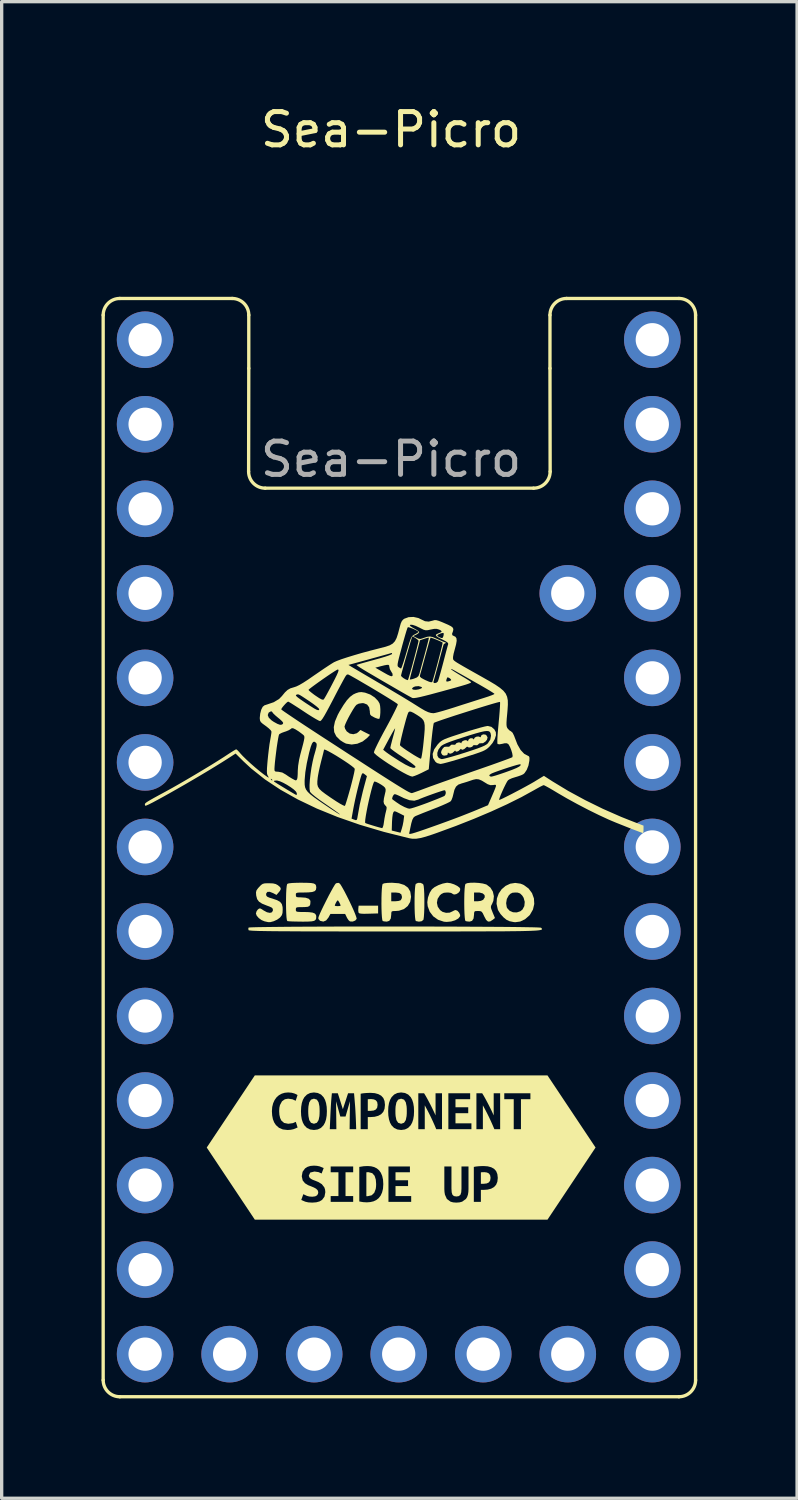
<source format=kicad_pcb>
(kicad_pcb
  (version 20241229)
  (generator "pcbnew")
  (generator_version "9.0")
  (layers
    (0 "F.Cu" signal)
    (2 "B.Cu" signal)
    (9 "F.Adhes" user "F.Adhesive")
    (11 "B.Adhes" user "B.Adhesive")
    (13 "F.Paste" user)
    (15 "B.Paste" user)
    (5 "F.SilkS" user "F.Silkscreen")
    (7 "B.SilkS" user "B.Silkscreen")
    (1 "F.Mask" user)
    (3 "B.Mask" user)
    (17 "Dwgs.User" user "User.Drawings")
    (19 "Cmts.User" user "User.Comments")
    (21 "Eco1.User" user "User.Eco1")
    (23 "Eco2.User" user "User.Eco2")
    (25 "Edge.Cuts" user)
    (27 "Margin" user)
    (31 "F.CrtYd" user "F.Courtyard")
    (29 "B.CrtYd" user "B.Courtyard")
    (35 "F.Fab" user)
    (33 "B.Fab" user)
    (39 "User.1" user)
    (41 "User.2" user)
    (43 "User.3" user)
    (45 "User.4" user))
  (footprint "Sea-Picro"
    (layer "F.Cu")
    (at 8.9 22.398)
    (property "Reference" "Sea-Picro" (at -0.2 -21.55 0) (unlocked yes) (layer "F.SilkS") (effects (font (size 1 1) (thickness 0.15))))
    (attr through_hole)
    (fp_line (start -8.85 -15.98) (end -8.85 16.02) (stroke (width 0.1) (type solid)) (layer "F.SilkS"))
    (fp_line (start -8.35 16.52) (end 8.45 16.52) (stroke (width 0.1) (type solid)) (layer "F.SilkS"))
    (fp_line (start -4.975 -16.48) (end -8.35 -16.48) (stroke (width 0.1) (type solid)) (layer "F.SilkS"))
    (fp_line (start -4.475 -14.38) (end -4.48 -11.28) (stroke (width 0.1) (type solid)) (layer "F.SilkS"))
    (fp_line (start -4.475 -14.38) (end -4.475 -15.98) (stroke (width 0.1) (type solid)) (layer "F.SilkS"))
    (fp_line (start -3.98 -10.78) (end 4.08 -10.78) (stroke (width 0.1) (type solid)) (layer "F.SilkS"))
    (fp_line (start 4.575 -14.38) (end 4.575 -15.98) (stroke (width 0.1) (type solid)) (layer "F.SilkS"))
    (fp_line (start 4.575 -14.38) (end 4.58 -11.28) (stroke (width 0.1) (type solid)) (layer "F.SilkS"))
    (fp_line (start 5.075 -16.48) (end 8.45 -16.48) (stroke (width 0.1) (type solid)) (layer "F.SilkS"))
    (fp_line (start 8.95 16.02) (end 8.95 -15.98) (stroke (width 0.1) (type solid)) (layer "F.SilkS"))
    (fp_arc (start -8.84951 -15.98) (mid -8.703063 -16.333553) (end -8.34951 -16.48) (stroke (width 0.1) (type solid)) (layer "F.SilkS"))
    (fp_arc (start -8.34951 16.52) (mid -8.703063 16.373553) (end -8.84951 16.02) (stroke (width 0.1) (type solid)) (layer "F.SilkS"))
    (fp_arc (start -4.97451 -16.48) (mid -4.620957 -16.333553) (end -4.47451 -15.98) (stroke (width 0.1) (type solid)) (layer "F.SilkS"))
    (fp_arc (start -3.98 -10.77951) (mid -4.333553 -10.925957) (end -4.48 -11.27951) (stroke (width 0.1) (type solid)) (layer "F.SilkS"))
    (fp_arc (start 4.57549 -15.98) (mid 4.721931 -16.333559) (end 5.07549 -16.48) (stroke (width 0.1) (type solid)) (layer "F.SilkS"))
    (fp_arc (start 4.58 -11.27951) (mid 4.433553 -10.925957) (end 4.08 -10.77951) (stroke (width 0.1) (type solid)) (layer "F.SilkS"))
    (fp_arc (start 8.45049 -16.48) (mid 8.804046 -16.333556) (end 8.95049 -15.98) (stroke (width 0.1) (type solid)) (layer "F.SilkS"))
    (fp_arc (start 8.95049 16.02) (mid 8.804039 16.373543) (end 8.45049 16.52) (stroke (width 0.1) (type solid)) (layer "F.SilkS"))
    (fp_poly (pts (xy -0.589 1.998) (xy -0.874 2.006) (xy -1.012 2.009) (xy -1.101 2.005) (xy -1.152 1.995) (xy -1.175 1.976) (xy -1.177 1.972) (xy -1.186 1.913) (xy -1.183 1.847) (xy -1.174 1.764) (xy -0.589 1.764)) (stroke (width 0) (type solid)) (fill yes) (layer "F.SilkS"))
    (fp_poly (pts (xy -0.792 7.576) (xy -0.845 7.577) (xy -0.899 7.581) (xy -0.899 7.93) (xy -0.811 7.93) (xy -0.721 7.92) (xy -0.656 7.889) (xy -0.617 7.834) (xy -0.604 7.749) (xy -0.616 7.668) (xy -0.655 7.615) (xy -0.715 7.586) (xy -0.792 7.576)) (stroke (width 0) (type solid)) (fill yes) (layer "F.SilkS"))
    (fp_poly (pts (xy 2.604 9.772) (xy 2.551 9.773) (xy 2.499 9.777) (xy 2.499 10.121) (xy 2.585 10.121) (xy 2.674 10.111) (xy 2.738 10.081) (xy 2.777 10.026) (xy 2.79 9.942) (xy 2.777 9.863) (xy 2.739 9.811) (xy 2.68 9.782) (xy 2.604 9.772)) (stroke (width 0) (type solid)) (fill yes) (layer "F.SilkS"))
    (fp_poly (pts (xy -0.942 10.493) (xy -0.923 10.495) (xy -0.904 10.495) (xy -0.783 10.467) (xy -0.704 10.391) (xy -0.661 10.277) (xy -0.651 10.208) (xy -0.648 10.132) (xy -0.658 9.997) (xy -0.694 9.882) (xy -0.765 9.802) (xy -0.88 9.772) (xy -0.911 9.773) (xy -0.942 9.777) (xy -0.942 10.493)) (stroke (width 0) (type solid)) (fill yes) (layer "F.SilkS"))
    (fp_poly (pts (xy -2.689 7.941) (xy -2.687 8.017) (xy -2.682 8.088) (xy -2.658 8.208) (xy -2.606 8.288) (xy -2.517 8.318) (xy -2.429 8.288) (xy -2.377 8.207) (xy -2.352 8.088) (xy -2.348 8.017) (xy -2.346 7.941) (xy -2.348 7.865) (xy -2.352 7.793) (xy -2.377 7.674) (xy -2.428 7.593) (xy -2.517 7.564) (xy -2.606 7.593) (xy -2.658 7.675) (xy -2.682 7.794) (xy -2.687 7.865) (xy -2.689 7.941)) (stroke (width 0) (type solid)) (fill yes) (layer "F.SilkS"))
    (fp_poly (pts (xy -0.069 7.941) (xy -0.068 8.017) (xy -0.063 8.088) (xy -0.039 8.208) (xy 0.013 8.288) (xy 0.102 8.318) (xy 0.19 8.288) (xy 0.243 8.207) (xy 0.267 8.088) (xy 0.272 8.017) (xy 0.273 7.941) (xy 0.272 7.865) (xy 0.267 7.793) (xy 0.243 7.674) (xy 0.191 7.593) (xy 0.102 7.564) (xy 0.013 7.593) (xy -0.039 7.675) (xy -0.063 7.794) (xy -0.068 7.865) (xy -0.069 7.941)) (stroke (width 0) (type solid)) (fill yes) (layer "F.SilkS"))
    (fp_poly (pts (xy 0.688 1.08) (xy 0.754 1.111) (xy 0.771 1.133) (xy 0.782 1.182) (xy 0.791 1.28) (xy 0.798 1.415) (xy 0.801 1.578) (xy 0.801 1.661) (xy 0.8 1.834) (xy 0.794 1.984) (xy 0.786 2.101) (xy 0.776 2.174) (xy 0.771 2.19) (xy 0.719 2.232) (xy 0.637 2.245) (xy 0.546 2.227) (xy 0.545 2.227) (xy 0.532 2.194) (xy 0.521 2.113) (xy 0.513 1.997) (xy 0.508 1.855) (xy 0.506 1.701) (xy 0.507 1.543) (xy 0.511 1.395) (xy 0.518 1.267) (xy 0.528 1.171) (xy 0.54 1.117) (xy 0.544 1.111) (xy 0.609 1.08)) (stroke (width 0) (type solid)) (fill yes) (layer "F.SilkS"))
    (fp_poly (pts (xy 1.589 1.09) (xy 1.694 1.124) (xy 1.789 1.171) (xy 1.857 1.223) (xy 1.879 1.261) (xy 1.868 1.325) (xy 1.822 1.381) (xy 1.757 1.419) (xy 1.691 1.43) (xy 1.64 1.405) (xy 1.635 1.398) (xy 1.598 1.38) (xy 1.523 1.37) (xy 1.485 1.369) (xy 1.386 1.378) (xy 1.314 1.413) (xy 1.267 1.454) (xy 1.199 1.56) (xy 1.178 1.679) (xy 1.204 1.797) (xy 1.274 1.898) (xy 1.348 1.951) (xy 1.453 1.98) (xy 1.562 1.974) (xy 1.637 1.94) (xy 1.702 1.906) (xy 1.744 1.896) (xy 1.798 1.92) (xy 1.847 1.977) (xy 1.876 2.044) (xy 1.874 2.084) (xy 1.82 2.151) (xy 1.724 2.205) (xy 1.603 2.241) (xy 1.471 2.253) (xy 1.387 2.246) (xy 1.212 2.188) (xy 1.068 2.086) (xy 0.962 1.947) (xy 0.901 1.782) (xy 0.889 1.661) (xy 0.909 1.52) (xy 0.96 1.379) (xy 1.029 1.271) (xy 1.109 1.207) (xy 1.225 1.147) (xy 1.351 1.101) (xy 1.467 1.078) (xy 1.49 1.076)) (stroke (width 0) (type solid)) (fill yes) (layer "F.SilkS"))
    (fp_poly (pts (xy 3.689 1.103) (xy 3.789 1.144) (xy 3.934 1.251) (xy 4.036 1.389) (xy 4.093 1.547) (xy 4.103 1.714) (xy 4.064 1.881) (xy 3.975 2.036) (xy 3.954 2.061) (xy 3.825 2.173) (xy 3.68 2.242) (xy 3.531 2.262) (xy 3.479 2.256) (xy 3.401 2.24) (xy 3.354 2.23) (xy 3.27 2.19) (xy 3.176 2.113) (xy 3.088 2.015) (xy 3.022 1.911) (xy 3.008 1.879) (xy 2.97 1.709) (xy 2.971 1.69) (xy 3.258 1.69) (xy 3.276 1.809) (xy 3.289 1.838) (xy 3.363 1.919) (xy 3.465 1.963) (xy 3.578 1.968) (xy 3.685 1.933) (xy 3.75 1.88) (xy 3.805 1.775) (xy 3.817 1.651) (xy 3.784 1.529) (xy 3.74 1.459) (xy 3.677 1.398) (xy 3.609 1.373) (xy 3.537 1.369) (xy 3.446 1.377) (xy 3.382 1.41) (xy 3.335 1.459) (xy 3.278 1.565) (xy 3.258 1.69) (xy 2.971 1.69) (xy 2.981 1.547) (xy 3.035 1.398) (xy 3.123 1.271) (xy 3.24 1.171) (xy 3.378 1.105) (xy 3.53 1.081)) (stroke (width 0) (type solid)) (fill yes) (layer "F.SilkS"))
    (fp_poly (pts (xy 0.036 1.092) (xy 0.196 1.142) (xy 0.31 1.225) (xy 0.378 1.342) (xy 0.401 1.495) (xy 0.401 1.501) (xy 0.375 1.652) (xy 0.301 1.776) (xy 0.187 1.867) (xy 0.038 1.917) (xy -0.061 1.925) (xy -0.142 1.927) (xy -0.181 1.941) (xy -0.193 1.981) (xy -0.194 2.029) (xy -0.208 2.15) (xy -0.253 2.221) (xy -0.328 2.244) (xy -0.334 2.244) (xy -0.407 2.237) (xy -0.45 2.227) (xy -0.463 2.194) (xy -0.474 2.113) (xy -0.482 1.997) (xy -0.487 1.855) (xy -0.489 1.701) (xy -0.488 1.632) (xy -0.194 1.632) (xy -0.068 1.632) (xy 0.019 1.624) (xy 0.082 1.605) (xy 0.093 1.597) (xy 0.123 1.54) (xy 0.128 1.501) (xy 0.109 1.426) (xy 0.047 1.383) (xy -0.062 1.369) (xy -0.068 1.369) (xy -0.194 1.369) (xy -0.194 1.632) (xy -0.488 1.632) (xy -0.488 1.543) (xy -0.484 1.395) (xy -0.477 1.267) (xy -0.467 1.171) (xy -0.455 1.117) (xy -0.451 1.111) (xy -0.401 1.092) (xy -0.303 1.08) (xy -0.172 1.076)) (stroke (width 0) (type solid)) (fill yes) (layer "F.SilkS"))
    (fp_poly (pts (xy -1.752 1.092) (xy -1.719 1.129) (xy -1.67 1.21) (xy -1.607 1.322) (xy -1.537 1.457) (xy -1.464 1.603) (xy -1.394 1.751) (xy -1.33 1.891) (xy -1.279 2.012) (xy -1.245 2.105) (xy -1.233 2.158) (xy -1.234 2.163) (xy -1.276 2.212) (xy -1.349 2.241) (xy -1.426 2.24) (xy -1.437 2.236) (xy -1.478 2.2) (xy -1.522 2.133) (xy -1.53 2.116) (xy -1.58 2.013) (xy -2.022 2.013) (xy -2.081 2.122) (xy -2.151 2.209) (xy -2.235 2.243) (xy -2.328 2.221) (xy -2.337 2.216) (xy -2.379 2.168) (xy -2.386 2.136) (xy -2.372 2.088) (xy -2.336 2) (xy -2.282 1.883) (xy -2.225 1.765) (xy -1.891 1.765) (xy -1.865 1.775) (xy -1.804 1.779) (xy -1.803 1.779) (xy -1.741 1.775) (xy -1.715 1.765) (xy -1.715 1.765) (xy -1.728 1.723) (xy -1.756 1.665) (xy -1.786 1.618) (xy -1.803 1.603) (xy -1.826 1.626) (xy -1.857 1.678) (xy -1.883 1.734) (xy -1.891 1.765) (xy -2.225 1.765) (xy -2.215 1.746) (xy -2.142 1.6) (xy -2.068 1.455) (xy -1.996 1.322) (xy -1.934 1.21) (xy -1.885 1.13) (xy -1.855 1.093) (xy -1.854 1.092) (xy -1.784 1.079)) (stroke (width 0) (type solid)) (fill yes) (layer "F.SilkS"))
    (fp_poly (pts (xy 2.437 1.082) (xy 2.557 1.099) (xy 2.653 1.125) (xy 2.675 1.135) (xy 2.786 1.222) (xy 2.859 1.342) (xy 2.89 1.48) (xy 2.874 1.621) (xy 2.836 1.711) (xy 2.808 1.763) (xy 2.799 1.806) (xy 2.81 1.86) (xy 2.843 1.945) (xy 2.852 1.968) (xy 2.922 2.136) (xy 2.853 2.191) (xy 2.775 2.24) (xy 2.712 2.241) (xy 2.656 2.191) (xy 2.6 2.086) (xy 2.558 1.996) (xy 2.524 1.948) (xy 2.483 1.929) (xy 2.42 1.925) (xy 2.411 1.925) (xy 2.336 1.928) (xy 2.303 1.947) (xy 2.294 1.997) (xy 2.294 2.029) (xy 2.279 2.15) (xy 2.234 2.221) (xy 2.159 2.244) (xy 2.154 2.244) (xy 2.081 2.237) (xy 2.038 2.227) (xy 2.024 2.194) (xy 2.014 2.113) (xy 2.006 1.997) (xy 2.001 1.855) (xy 1.999 1.701) (xy 1.999 1.632) (xy 2.294 1.632) (xy 2.409 1.632) (xy 2.499 1.62) (xy 2.565 1.59) (xy 2.57 1.586) (xy 2.616 1.512) (xy 2.61 1.447) (xy 2.556 1.397) (xy 2.461 1.371) (xy 2.42 1.369) (xy 2.294 1.369) (xy 2.294 1.632) (xy 1.999 1.632) (xy 2 1.543) (xy 2.003 1.395) (xy 2.01 1.267) (xy 2.02 1.171) (xy 2.033 1.117) (xy 2.036 1.111) (xy 2.091 1.088) (xy 2.187 1.076) (xy 2.308 1.074)) (stroke (width 0) (type solid)) (fill yes) (layer "F.SilkS"))
    (fp_poly (pts (xy -0.993 -4.638) (xy -0.972 -4.633) (xy -0.827 -4.58) (xy -0.694 -4.494) (xy -0.591 -4.388) (xy -0.545 -4.309) (xy -0.529 -4.239) (xy -0.521 -4.14) (xy -0.522 -4.032) (xy -0.53 -3.934) (xy -0.545 -3.866) (xy -0.554 -3.85) (xy -0.59 -3.849) (xy -0.659 -3.872) (xy -0.706 -3.893) (xy -0.785 -3.935) (xy -0.824 -3.973) (xy -0.836 -4.028) (xy -0.837 -4.07) (xy -0.858 -4.195) (xy -0.919 -4.278) (xy -1.018 -4.318) (xy -1.066 -4.321) (xy -1.17 -4.306) (xy -1.24 -4.27) (xy -1.284 -4.218) (xy -1.342 -4.129) (xy -1.407 -4.018) (xy -1.473 -3.899) (xy -1.531 -3.784) (xy -1.575 -3.687) (xy -1.597 -3.623) (xy -1.598 -3.613) (xy -1.58 -3.549) (xy -1.535 -3.477) (xy -1.529 -3.47) (xy -1.44 -3.406) (xy -1.334 -3.387) (xy -1.232 -3.415) (xy -1.183 -3.452) (xy -1.121 -3.514) (xy -0.831 -3.367) (xy -0.914 -3.279) (xy -1.053 -3.169) (xy -1.214 -3.101) (xy -1.383 -3.077) (xy -1.545 -3.103) (xy -1.568 -3.112) (xy -1.639 -3.149) (xy -1.722 -3.203) (xy -1.736 -3.214) (xy -1.846 -3.324) (xy -1.908 -3.45) (xy -1.921 -3.598) (xy -1.886 -3.769) (xy -1.802 -3.968) (xy -1.745 -4.074) (xy -1.629 -4.264) (xy -1.528 -4.407) (xy -1.432 -4.51) (xy -1.337 -4.581) (xy -1.259 -4.618) (xy -1.169 -4.647) (xy -1.09 -4.653)) (stroke (width 0) (type solid)) (fill yes) (layer "F.SilkS"))
    (fp_poly (pts (xy -3.747 1.096) (xy -3.663 1.116) (xy -3.599 1.151) (xy -3.531 1.211) (xy -3.512 1.262) (xy -3.54 1.321) (xy -3.57 1.358) (xy -3.642 1.442) (xy -3.743 1.388) (xy -3.845 1.348) (xy -3.915 1.351) (xy -3.951 1.397) (xy -3.954 1.426) (xy -3.947 1.466) (xy -3.919 1.496) (xy -3.857 1.524) (xy -3.764 1.552) (xy -3.624 1.6) (xy -3.533 1.651) (xy -3.482 1.717) (xy -3.459 1.807) (xy -3.456 1.881) (xy -3.461 1.982) (xy -3.481 2.049) (xy -3.525 2.108) (xy -3.544 2.128) (xy -3.623 2.185) (xy -3.725 2.232) (xy -3.825 2.259) (xy -3.895 2.259) (xy -3.944 2.248) (xy -4.003 2.235) (xy -4.091 2.198) (xy -4.175 2.137) (xy -4.237 2.065) (xy -4.261 2) (xy -4.24 1.93) (xy -4.203 1.881) (xy -4.165 1.852) (xy -4.13 1.848) (xy -4.08 1.874) (xy -4.03 1.908) (xy -3.928 1.963) (xy -3.84 1.981) (xy -3.778 1.963) (xy -3.75 1.909) (xy -3.749 1.897) (xy -3.756 1.855) (xy -3.786 1.823) (xy -3.851 1.792) (xy -3.935 1.761) (xy -4.076 1.704) (xy -4.169 1.643) (xy -4.224 1.568) (xy -4.25 1.469) (xy -4.253 1.449) (xy -4.258 1.365) (xy -4.243 1.305) (xy -4.198 1.242) (xy -4.164 1.204) (xy -4.105 1.143) (xy -4.054 1.109) (xy -3.992 1.094) (xy -3.897 1.091) (xy -3.87 1.091)) (stroke (width 0) (type solid)) (fill yes) (layer "F.SilkS"))
    (fp_poly (pts (xy -2.728 1.078) (xy -2.605 1.084) (xy -2.524 1.098) (xy -2.477 1.122) (xy -2.454 1.16) (xy -2.447 1.214) (xy -2.447 1.227) (xy -2.458 1.288) (xy -2.495 1.329) (xy -2.569 1.354) (xy -2.685 1.366) (xy -2.811 1.369) (xy -2.932 1.369) (xy -3.006 1.374) (xy -3.044 1.385) (xy -3.059 1.406) (xy -3.061 1.441) (xy -3.061 1.442) (xy -3.056 1.486) (xy -3.032 1.507) (xy -2.973 1.515) (xy -2.917 1.515) (xy -2.769 1.525) (xy -2.673 1.557) (xy -2.627 1.61) (xy -2.622 1.644) (xy -2.628 1.725) (xy -2.651 1.774) (xy -2.704 1.799) (xy -2.799 1.807) (xy -2.86 1.808) (xy -2.966 1.809) (xy -3.026 1.815) (xy -3.053 1.832) (xy -3.061 1.863) (xy -3.061 1.881) (xy -3.059 1.917) (xy -3.043 1.939) (xy -3.003 1.95) (xy -2.925 1.954) (xy -2.829 1.954) (xy -2.667 1.959) (xy -2.555 1.974) (xy -2.486 2.003) (xy -2.453 2.049) (xy -2.447 2.094) (xy -2.451 2.152) (xy -2.47 2.193) (xy -2.511 2.221) (xy -2.584 2.236) (xy -2.696 2.243) (xy -2.857 2.245) (xy -2.899 2.244) (xy -3.045 2.242) (xy -3.171 2.239) (xy -3.265 2.234) (xy -3.314 2.228) (xy -3.317 2.227) (xy -3.331 2.194) (xy -3.342 2.113) (xy -3.349 1.997) (xy -3.354 1.855) (xy -3.356 1.701) (xy -3.355 1.543) (xy -3.352 1.395) (xy -3.345 1.267) (xy -3.335 1.171) (xy -3.322 1.117) (xy -3.319 1.111) (xy -3.272 1.094) (xy -3.171 1.083) (xy -3.015 1.077) (xy -2.9 1.076)) (stroke (width 0) (type solid)) (fill yes) (layer "F.SilkS"))
    (fp_poly (pts (xy -0.058 2.391) (xy 0.381 2.391) (xy 0.816 2.392) (xy 1.242 2.393) (xy 1.657 2.394) (xy 2.056 2.396) (xy 2.435 2.398) (xy 2.79 2.4) (xy 3.118 2.402) (xy 3.414 2.405) (xy 3.674 2.408) (xy 3.895 2.412) (xy 4.073 2.415) (xy 4.203 2.419) (xy 4.282 2.424) (xy 4.306 2.427) (xy 4.321 2.442) (xy 4.332 2.456) (xy 4.337 2.468) (xy 4.332 2.479) (xy 4.316 2.489) (xy 4.286 2.497) (xy 4.238 2.505) (xy 4.171 2.512) (xy 4.082 2.517) (xy 3.968 2.522) (xy 3.826 2.526) (xy 3.654 2.53) (xy 3.45 2.532) (xy 3.209 2.535) (xy 2.931 2.536) (xy 2.611 2.537) (xy 2.248 2.538) (xy 1.839 2.539) (xy 1.381 2.539) (xy 0.872 2.539) (xy 0.309 2.539) (xy -0.096 2.539) (xy -0.694 2.539) (xy -1.236 2.539) (xy -1.725 2.539) (xy -2.164 2.538) (xy -2.555 2.538) (xy -2.9 2.537) (xy -3.203 2.535) (xy -3.466 2.534) (xy -3.691 2.532) (xy -3.882 2.53) (xy -4.041 2.527) (xy -4.171 2.525) (xy -4.274 2.521) (xy -4.354 2.518) (xy -4.411 2.513) (xy -4.451 2.509) (xy -4.474 2.504) (xy -4.484 2.498) (xy -4.484 2.497) (xy -4.488 2.441) (xy -4.481 2.424) (xy -4.45 2.419) (xy -4.364 2.415) (xy -4.227 2.411) (xy -4.043 2.408) (xy -3.817 2.405) (xy -3.552 2.402) (xy -3.251 2.399) (xy -2.92 2.397) (xy -2.561 2.395) (xy -2.179 2.394) (xy -1.778 2.392) (xy -1.362 2.392) (xy -0.934 2.391) (xy -0.498 2.391)) (stroke (width 0) (type solid)) (fill yes) (layer "F.SilkS"))
    (fp_poly (pts (xy 2.638 -3.374) (xy 2.663 -3.357) (xy 2.7 -3.294) (xy 2.683 -3.224) (xy 2.641 -3.17) (xy 2.564 -3.118) (xy 2.511 -3.116) (xy 2.448 -3.11) (xy 2.427 -3.086) (xy 2.386 -3.055) (xy 2.337 -3.057) (xy 2.283 -3.059) (xy 2.265 -3.045) (xy 2.24 -3.012) (xy 2.187 -2.991) (xy 2.133 -2.989) (xy 2.112 -3.002) (xy 2.083 -3.014) (xy 2.054 -2.988) (xy 2.004 -2.944) (xy 1.953 -2.921) (xy 1.918 -2.925) (xy 1.913 -2.939) (xy 1.9 -2.949) (xy 1.877 -2.928) (xy 1.827 -2.883) (xy 1.775 -2.862) (xy 1.741 -2.869) (xy 1.737 -2.882) (xy 1.724 -2.896) (xy 1.7 -2.872) (xy 1.641 -2.821) (xy 1.578 -2.801) (xy 1.532 -2.817) (xy 1.528 -2.822) (xy 1.509 -2.839) (xy 1.504 -2.808) (xy 1.491 -2.765) (xy 1.477 -2.757) (xy 1.426 -2.748) (xy 1.411 -2.744) (xy 1.361 -2.751) (xy 1.335 -2.772) (xy 1.303 -2.826) (xy 1.311 -2.884) (xy 1.348 -2.951) (xy 1.397 -3.004) (xy 1.458 -3.013) (xy 1.477 -3.01) (xy 1.545 -3.01) (xy 1.575 -3.04) (xy 1.615 -3.073) (xy 1.665 -3.072) (xy 1.719 -3.07) (xy 1.738 -3.084) (xy 1.762 -3.117) (xy 1.816 -3.138) (xy 1.87 -3.14) (xy 1.891 -3.127) (xy 1.91 -3.112) (xy 1.913 -3.131) (xy 1.938 -3.171) (xy 1.993 -3.2) (xy 2.054 -3.209) (xy 2.093 -3.19) (xy 2.113 -3.171) (xy 2.118 -3.2) (xy 2.142 -3.243) (xy 2.195 -3.267) (xy 2.25 -3.263) (xy 2.27 -3.246) (xy 2.29 -3.227) (xy 2.293 -3.248) (xy 2.319 -3.289) (xy 2.375 -3.315) (xy 2.436 -3.318) (xy 2.462 -3.306) (xy 2.493 -3.295) (xy 2.499 -3.321) (xy 2.522 -3.363) (xy 2.577 -3.383)) (stroke (width 0) (type solid)) (fill yes) (layer "F.SilkS"))
    (fp_poly (pts (xy 2.816 -3.608) (xy 2.903 -3.533) (xy 2.948 -3.449) (xy 2.953 -3.357) (xy 2.918 -3.244) (xy 2.85 -3.124) (xy 2.763 -3.021) (xy 2.717 -2.977) (xy 2.673 -2.941) (xy 2.621 -2.909) (xy 2.553 -2.876) (xy 2.461 -2.841) (xy 2.337 -2.798) (xy 2.172 -2.745) (xy 2.001 -2.691) (xy 1.814 -2.633) (xy 1.641 -2.582) (xy 1.491 -2.54) (xy 1.374 -2.51) (xy 1.299 -2.495) (xy 1.282 -2.493) (xy 1.182 -2.52) (xy 1.132 -2.56) (xy 1.062 -2.673) (xy 1.05 -2.796) (xy 1.061 -2.828) (xy 1.19 -2.828) (xy 1.193 -2.741) (xy 1.232 -2.675) (xy 1.305 -2.642) (xy 1.33 -2.64) (xy 1.385 -2.649) (xy 1.485 -2.674) (xy 1.621 -2.711) (xy 1.784 -2.759) (xy 1.964 -2.815) (xy 2.025 -2.834) (xy 2.237 -2.904) (xy 2.399 -2.959) (xy 2.52 -3.005) (xy 2.606 -3.043) (xy 2.665 -3.077) (xy 2.704 -3.109) (xy 2.707 -3.112) (xy 2.781 -3.224) (xy 2.804 -3.342) (xy 2.789 -3.421) (xy 2.769 -3.456) (xy 2.735 -3.477) (xy 2.682 -3.484) (xy 2.602 -3.476) (xy 2.491 -3.451) (xy 2.341 -3.41) (xy 2.147 -3.351) (xy 1.976 -3.296) (xy 1.76 -3.226) (xy 1.594 -3.168) (xy 1.471 -3.121) (xy 1.383 -3.081) (xy 1.324 -3.046) (xy 1.296 -3.022) (xy 1.224 -2.926) (xy 1.19 -2.828) (xy 1.061 -2.828) (xy 1.095 -2.931) (xy 1.198 -3.076) (xy 1.219 -3.099) (xy 1.259 -3.141) (xy 1.299 -3.175) (xy 1.348 -3.207) (xy 1.412 -3.239) (xy 1.501 -3.274) (xy 1.623 -3.317) (xy 1.784 -3.37) (xy 1.971 -3.431) (xy 2.159 -3.49) (xy 2.335 -3.542) (xy 2.488 -3.586) (xy 2.609 -3.617) (xy 2.688 -3.633) (xy 2.708 -3.635)) (stroke (width 0) (type solid)) (fill yes) (layer "F.SilkS"))
    (fp_poly (pts (xy -3.78 6.864) (xy -3.641 7.524) (xy -3.57 7.461) (xy -3.486 7.414) (xy -3.392 7.386) (xy -3.289 7.377) (xy -3.185 7.386) (xy -3.104 7.408) (xy -3.046 7.434) (xy -3.01 7.455) (xy -3.066 7.627) (xy -3.163 7.582) (xy -3.293 7.564) (xy -3.391 7.582) (xy -3.477 7.643) (xy -3.538 7.757) (xy -3.556 7.838) (xy -3.562 7.936) (xy -3.555 8.049) (xy -3.533 8.144) (xy -2.907 7.941) (xy -2.9 7.81) (xy -2.881 7.696) (xy -2.849 7.599) (xy -2.804 7.519) (xy -2.726 7.44) (xy -2.631 7.393) (xy -2.517 7.377) (xy -2.401 7.393) (xy -2.304 7.44) (xy -2.228 7.519) (xy -2.184 7.599) (xy -2.153 7.696) (xy -2.134 7.81) (xy -2 7.647) (xy -1.989 7.52) (xy -1.978 7.401) (xy -1.8 7.401) (xy -1.769 7.496) (xy -1.73 7.62) (xy -1.688 7.754) (xy -1.648 7.88) (xy -1.604 7.746) (xy -1.56 7.613) (xy -1.522 7.494) (xy -1.491 7.401) (xy -1.312 7.401) (xy -1.3 7.541) (xy -1.289 7.677) (xy -1.278 7.811) (xy -1.113 8.482) (xy -1.113 7.415) (xy -1.043 7.403) (xy -0.963 7.395) (xy -0.885 7.391) (xy -0.817 7.389) (xy -0.689 7.398) (xy -0.583 7.427) (xy -0.497 7.474) (xy -0.434 7.542) (xy -0.396 7.634) (xy -0.383 7.751) (xy -0.396 7.868) (xy -0.434 7.961) (xy -0.287 7.941) (xy -0.281 7.81) (xy -0.262 7.696) (xy -0.229 7.599) (xy -0.184 7.519) (xy -0.107 7.44) (xy -0.011 7.393) (xy 0.102 7.377) (xy 0.219 7.393) (xy 0.315 7.44) (xy 0.392 7.519) (xy 0.435 7.599) (xy 0.466 7.696) (xy 0.485 7.81) (xy 0.491 7.941) (xy 0.485 8.072) (xy 0.466 8.186) (xy 0.434 8.283) (xy 0.39 8.363) (xy 0.313 8.442) (xy 0.218 8.489) (xy 0.104 8.505) (xy -0.013 8.489) (xy -0.11 8.442) (xy -0.187 8.363) (xy -0.231 8.283) (xy -0.262 8.186) (xy -0.281 8.072) (xy -0.287 7.941) (xy -0.434 7.961) (xy -0.498 8.031) (xy -0.585 8.079) (xy -0.693 8.108) (xy -0.822 8.117) (xy -0.899 8.117) (xy -0.899 8.482) (xy -1.113 8.482) (xy -1.278 7.811) (xy -1.27 7.943) (xy -1.263 8.076) (xy -1.257 8.209) (xy -1.252 8.344) (xy -1.248 8.482) (xy -1.445 8.482) (xy -1.435 7.642) (xy -1.567 8.1) (xy -1.725 8.1) (xy -1.852 7.642) (xy -1.843 8.482) (xy -2.041 8.482) (xy -2.035 8.347) (xy -2.029 8.206) (xy -2.023 8.064) (xy -2.016 7.922) (xy -2.009 7.782) (xy -2 7.647) (xy -2.134 7.81) (xy -2.128 7.941) (xy -2.134 8.072) (xy -2.153 8.186) (xy -2.185 8.283) (xy -2.229 8.363) (xy -2.306 8.442) (xy -2.402 8.489) (xy -2.516 8.505) (xy -2.633 8.489) (xy -2.729 8.442) (xy -2.806 8.363) (xy -2.85 8.283) (xy -2.882 8.186) (xy -2.901 8.072) (xy -2.907 7.941) (xy -3.533 8.144) (xy -3.498 8.219) (xy -3.414 8.293) (xy -3.289 8.318) (xy -3.15 8.299) (xy -3.062 8.26) (xy -3.008 8.43) (xy -3.131 8.481) (xy -3.215 8.499) (xy -3.31 8.505) (xy -3.451 8.489) (xy -2.883 9.894) (xy -2.858 9.761) (xy -2.785 9.66) (xy -2.712 9.613) (xy -2.623 9.585) (xy -2.518 9.576) (xy -2.426 9.582) (xy -2.347 9.598) (xy -2.224 9.648) (xy -2.286 9.812) (xy -2.381 9.77) (xy -2.502 9.753) (xy -2.629 9.784) (xy -2.671 9.875) (xy -2.654 9.93) (xy -2.61 9.971) (xy -2.55 10.003) (xy -2.483 10.028) (xy -2.379 10.071) (xy -2.28 10.133) (xy -2.205 10.229) (xy -2.183 10.294) (xy -2.175 10.374) (xy -2.2 10.507) (xy -2.014 10.665) (xy -2.014 10.49) (xy -1.781 10.49) (xy -1.781 9.776) (xy -2.014 9.776) (xy -2.014 9.6) (xy -1.338 9.6) (xy -1.338 9.776) (xy -1.154 10.653) (xy -1.154 9.614) (xy -1.018 9.593) (xy -0.899 9.588) (xy -0.798 9.596) (xy -0.707 9.619) (xy -0.627 9.659) (xy -0.56 9.716) (xy -0.506 9.791) (xy -0.466 9.885) (xy -0.441 9.998) (xy -0.433 10.132) (xy -0.442 10.269) (xy -0.47 10.384) (xy -0.514 10.478) (xy -0.572 10.553) (xy -0.644 10.61) (xy -0.728 10.649) (xy -0.823 10.671) (xy -0.926 10.679) (xy -1.037 10.673) (xy -1.154 10.653) (xy -1.338 9.776) (xy -1.568 9.776) (xy -1.568 10.49) (xy -1.338 10.49) (xy -1.338 10.665) (xy -2.014 10.665) (xy -2.2 10.507) (xy -2.273 10.606) (xy -2.349 10.651) (xy -2.447 10.678) (xy -2.568 10.687) (xy -2.687 10.68) (xy -2.779 10.659) (xy -2.898 10.607) (xy -2.836 10.434) (xy -2.725 10.486) (xy -2.654 10.504) (xy -2.568 10.51) (xy -2.479 10.499) (xy -2.423 10.468) (xy -2.395 10.423) (xy -2.387 10.373) (xy -2.406 10.314) (xy -2.454 10.268) (xy -2.52 10.232) (xy -2.592 10.202) (xy -2.692 10.163) (xy -2.785 10.106) (xy -2.855 10.021) (xy -2.883 9.894) (xy -3.451 8.489) (xy -3.567 8.44) (xy -3.659 8.358) (xy -3.712 8.277) (xy -3.75 8.181) (xy -3.772 8.068) (xy -3.78 7.941) (xy -3.771 7.814) (xy -3.743 7.702) (xy -3.699 7.605) (xy -3.641 7.524) (xy -3.78 6.864) (xy -4.293 6.864) (xy -5.738 9.032) (xy -4.293 11.2) (xy -0.278 10.665) (xy -0.278 9.6) (xy 0.367 9.6) (xy 0.367 9.776) (xy -0.066 9.776) (xy -0.066 10.015) (xy 0.311 10.015) (xy 0.311 10.19) (xy -0.066 10.19) (xy -0.066 10.49) (xy 0.405 10.49) (xy 0.405 10.665) (xy -0.278 10.665) (xy -4.293 11.2) (xy -3.78 11.2) (xy 1.761 10.687) (xy 1.666 10.68) (xy 1.588 10.659) (xy 1.477 10.577) (xy 1.419 10.448) (xy 1.406 10.368) (xy 1.401 10.28) (xy 1.401 9.6) (xy 1.615 9.6) (xy 1.615 10.266) (xy 1.622 10.379) (xy 1.645 10.452) (xy 1.69 10.491) (xy 1.764 10.503) (xy 1.838 10.491) (xy 1.885 10.451) (xy 1.909 10.377) (xy 1.916 10.264) (xy 1.916 9.6) (xy 2.127 9.6) (xy 2.127 10.28) (xy 2.123 10.368) (xy 2.11 10.448) (xy 2.086 10.518) (xy 2.05 10.577) (xy 1.936 10.659) (xy 1.857 10.68) (xy 1.761 10.687) (xy -3.78 11.2) (xy 3.987 11.2) (xy 2.994 10.06) (xy 2.956 10.152) (xy 2.894 10.22) (xy 2.808 10.268) (xy 2.702 10.296) (xy 2.575 10.305) (xy 2.499 10.305) (xy 2.499 10.665) (xy 2.287 10.665) (xy 2.287 9.614) (xy 2.357 9.602) (xy 2.435 9.594) (xy 2.513 9.59) (xy 2.58 9.588) (xy 2.705 9.597) (xy 2.81 9.625) (xy 2.895 9.671) (xy 2.957 9.739) (xy 2.994 9.83) (xy 3.007 9.944) (xy 2.994 10.06) (xy 3.987 11.2) (xy 4.5 11.2) (xy 5.945 9.032) (xy 1.158 8.482) (xy 1.108 8.362) (xy 1.055 8.243) (xy 0.999 8.123) (xy 0.94 8.004) (xy 0.878 7.884) (xy 0.813 7.764) (xy 0.813 8.482) (xy 0.619 8.482) (xy 0.619 7.401) (xy 0.792 7.401) (xy 0.841 7.481) (xy 0.89 7.568) (xy 0.938 7.658) (xy 0.985 7.747) (xy 1.029 7.835) (xy 1.07 7.92) (xy 1.107 7.998) (xy 1.137 8.067) (xy 1.137 7.401) (xy 1.331 7.401) (xy 1.522 8.482) (xy 1.522 7.401) (xy 2.177 7.401) (xy 2.177 7.579) (xy 1.736 7.579) (xy 1.736 7.822) (xy 2.119 7.822) (xy 2.119 8) (xy 1.736 8) (xy 1.736 8.304) (xy 2.215 8.304) (xy 2.215 8.482) (xy 1.522 8.482) (xy 1.331 7.401) (xy 1.331 8.482) (xy 1.158 8.482) (xy 5.945 9.032) (xy 4.5 6.864) (xy 3.078 7.401) (xy 3.078 8.482) (xy 3.486 8.482) (xy 3.486 7.579) (xy 3.202 7.579) (xy 3.202 7.401) (xy 3.987 7.401) (xy 3.987 7.579) (xy 3.703 7.579) (xy 3.703 8.482) (xy 3.486 8.482) (xy 3.078 8.482) (xy 2.905 8.482) (xy 2.854 8.362) (xy 2.801 8.243) (xy 2.745 8.123) (xy 2.686 8.004) (xy 2.624 7.884) (xy 2.559 7.764) (xy 2.559 8.482) (xy 2.365 8.482) (xy 2.365 7.401) (xy 2.538 7.401) (xy 2.587 7.481) (xy 2.636 7.568) (xy 2.684 7.658) (xy 2.731 7.747) (xy 2.775 7.835) (xy 2.817 7.92) (xy 2.853 7.998) (xy 2.884 8.067) (xy 2.884 7.401) (xy 3.078 7.401) (xy 4.5 6.864) (xy 3.987 6.864) (xy -3.78 6.864)) (stroke (width 0) (type solid)) (fill yes) (layer "F.SilkS"))
    (fp_poly (pts (xy 0.622 -6.878) (xy 0.699 -6.84) (xy 0.82 -6.782) (xy 0.932 -6.771) (xy 1.052 -6.8) (xy 1.105 -6.815) (xy 1.158 -6.814) (xy 1.226 -6.796) (xy 1.327 -6.757) (xy 1.376 -6.736) (xy 1.514 -6.676) (xy 1.604 -6.63) (xy 1.654 -6.589) (xy 1.672 -6.545) (xy 1.663 -6.488) (xy 1.635 -6.409) (xy 1.633 -6.406) (xy 1.642 -6.362) (xy 1.677 -6.343) (xy 1.734 -6.315) (xy 1.765 -6.269) (xy 1.772 -6.196) (xy 1.754 -6.087) (xy 1.717 -5.947) (xy 1.679 -5.804) (xy 1.662 -5.707) (xy 1.663 -5.647) (xy 1.67 -5.629) (xy 1.683 -5.612) (xy 1.703 -5.592) (xy 1.736 -5.568) (xy 1.787 -5.534) (xy 1.863 -5.489) (xy 1.967 -5.428) (xy 2.106 -5.349) (xy 2.285 -5.248) (xy 2.509 -5.122) (xy 2.525 -5.113) (xy 2.752 -4.984) (xy 2.933 -4.876) (xy 3.072 -4.781) (xy 3.175 -4.694) (xy 3.245 -4.607) (xy 3.287 -4.512) (xy 3.308 -4.404) (xy 3.31 -4.275) (xy 3.3 -4.118) (xy 3.291 -4.014) (xy 3.276 -3.855) (xy 3.269 -3.742) (xy 3.269 -3.666) (xy 3.276 -3.615) (xy 3.291 -3.577) (xy 3.3 -3.563) (xy 3.354 -3.504) (xy 3.403 -3.475) (xy 3.452 -3.431) (xy 3.499 -3.336) (xy 3.51 -3.305) (xy 3.597 -3.081) (xy 3.693 -2.913) (xy 3.8 -2.799) (xy 3.909 -2.741) (xy 3.945 -2.721) (xy 3.959 -2.681) (xy 3.957 -2.603) (xy 3.955 -2.586) (xy 3.928 -2.445) (xy 3.877 -2.316) (xy 3.811 -2.218) (xy 3.772 -2.184) (xy 3.708 -2.154) (xy 3.612 -2.12) (xy 3.535 -2.097) (xy 3.433 -2.065) (xy 3.351 -2.028) (xy 3.314 -2.002) (xy 3.284 -1.959) (xy 3.243 -1.882) (xy 3.194 -1.783) (xy 3.145 -1.676) (xy 3.1 -1.572) (xy 3.066 -1.485) (xy 3.048 -1.428) (xy 3.049 -1.411) (xy 3.087 -1.425) (xy 3.167 -1.462) (xy 3.279 -1.517) (xy 3.413 -1.585) (xy 3.562 -1.663) (xy 3.714 -1.743) (xy 3.861 -1.823) (xy 3.993 -1.896) (xy 4.101 -1.958) (xy 4.128 -1.975) (xy 4.393 -2.136) (xy 4.653 -1.968) (xy 5.122 -1.684) (xy 5.632 -1.407) (xy 6.167 -1.144) (xy 6.708 -0.906) (xy 6.983 -0.796) (xy 7.386 -0.64) (xy 7.386 -0.528) (xy 7.383 -0.457) (xy 7.376 -0.418) (xy 7.374 -0.416) (xy 7.338 -0.427) (xy 7.259 -0.455) (xy 7.146 -0.498) (xy 7.009 -0.55) (xy 6.86 -0.609) (xy 6.707 -0.67) (xy 6.562 -0.728) (xy 6.435 -0.781) (xy 6.336 -0.823) (xy 6.334 -0.824) (xy 6.041 -0.96) (xy 5.722 -1.117) (xy 5.397 -1.287) (xy 5.085 -1.458) (xy 4.81 -1.618) (xy 4.674 -1.7) (xy 4.554 -1.77) (xy 4.459 -1.822) (xy 4.401 -1.852) (xy 4.386 -1.857) (xy 4.35 -1.843) (xy 4.276 -1.806) (xy 4.175 -1.75) (xy 4.093 -1.704) (xy 3.714 -1.495) (xy 3.282 -1.28) (xy 2.807 -1.063) (xy 2.292 -0.845) (xy 1.747 -0.63) (xy 1.176 -0.421) (xy 1.045 -0.375) (xy 0.843 -0.309) (xy 0.682 -0.267) (xy 0.551 -0.246) (xy 0.438 -0.246) (xy 0.348 -0.261) (xy -0.244 -0.409) (xy 0.344 -0.409) (xy 0.348 -0.394) (xy 0.375 -0.391) (xy 0.433 -0.403) (xy 0.527 -0.431) (xy 0.664 -0.476) (xy 0.824 -0.531) (xy 1.023 -0.601) (xy 1.239 -0.678) (xy 1.451 -0.755) (xy 1.639 -0.824) (xy 1.711 -0.851) (xy 1.888 -0.918) (xy 2.078 -0.993) (xy 2.259 -1.065) (xy 2.408 -1.126) (xy 2.713 -1.254) (xy 2.824 -1.51) (xy 2.888 -1.658) (xy 2.929 -1.759) (xy 2.951 -1.822) (xy 2.952 -1.856) (xy 2.934 -1.867) (xy 2.898 -1.865) (xy 2.866 -1.859) (xy 2.783 -1.857) (xy 2.703 -1.885) (xy 2.644 -1.921) (xy 2.528 -1.992) (xy 2.438 -2.03) (xy 2.357 -2.038) (xy 2.265 -2.018) (xy 2.208 -1.999) (xy 2.093 -1.96) (xy 1.979 -1.925) (xy 1.925 -1.91) (xy 1.821 -1.872) (xy 1.751 -1.811) (xy 1.704 -1.716) (xy 1.675 -1.599) (xy 1.649 -1.496) (xy 1.617 -1.412) (xy 1.593 -1.374) (xy 1.551 -1.347) (xy 1.463 -1.304) (xy 1.341 -1.25) (xy 1.194 -1.189) (xy 1.063 -1.138) (xy 0.902 -1.075) (xy 0.756 -1.018) (xy 0.636 -0.969) (xy 0.551 -0.934) (xy 0.517 -0.918) (xy 0.475 -0.882) (xy 0.44 -0.816) (xy 0.409 -0.712) (xy 0.377 -0.563) (xy 0.36 -0.478) (xy 0.345 -0.412) (xy 0.344 -0.409) (xy -0.244 -0.409) (xy -0.418 -0.453) (xy -0.554 -0.493) (xy -0.179 -0.493) (xy -0.047 -0.46) (xy 0.084 -0.427) (xy 0.122 -0.546) (xy 0.151 -0.654) (xy 0.174 -0.774) (xy 0.177 -0.802) (xy 0.194 -0.938) (xy 0.045 -1.014) (xy -0.039 -1.055) (xy -0.087 -1.072) (xy -0.113 -1.064) (xy -0.133 -1.034) (xy -0.135 -1.031) (xy -0.15 -0.975) (xy -0.163 -0.879) (xy -0.171 -0.762) (xy -0.172 -0.733) (xy -0.179 -0.493) (xy -0.554 -0.493) (xy -1.137 -0.666) (xy -1.361 -0.744) (xy -0.98 -0.744) (xy -0.975 -0.72) (xy -0.943 -0.706) (xy -0.87 -0.681) (xy -0.774 -0.651) (xy -0.669 -0.619) (xy -0.572 -0.591) (xy -0.498 -0.572) (xy -0.468 -0.565) (xy -0.447 -0.591) (xy -0.427 -0.66) (xy -0.416 -0.731) (xy -0.397 -0.859) (xy -0.371 -0.993) (xy -0.357 -1.049) (xy -0.336 -1.139) (xy -0.333 -1.191) (xy -0.35 -1.225) (xy -0.373 -1.246) (xy -0.411 -1.295) (xy -0.425 -1.362) (xy -0.414 -1.459) (xy -0.168 -1.459) (xy -0.16 -1.431) (xy -0.132 -1.41) (xy -0.074 -1.368) (xy -0.047 -1.348) (xy 0.079 -1.264) (xy 0.202 -1.199) (xy 0.305 -1.158) (xy 0.356 -1.149) (xy 0.405 -1.159) (xy 0.498 -1.186) (xy 0.624 -1.228) (xy 0.773 -1.281) (xy 0.898 -1.327) (xy 1.055 -1.388) (xy 1.195 -1.443) (xy 1.307 -1.489) (xy 1.382 -1.522) (xy 1.409 -1.536) (xy 1.438 -1.586) (xy 1.445 -1.634) (xy 1.432 -1.687) (xy 1.409 -1.704) (xy 1.364 -1.694) (xy 1.278 -1.667) (xy 1.164 -1.629) (xy 1.034 -1.583) (xy 0.901 -1.535) (xy 0.779 -1.489) (xy 0.68 -1.45) (xy 0.62 -1.423) (xy 0.499 -1.389) (xy 0.355 -1.404) (xy 0.184 -1.467) (xy 0.124 -1.497) (xy 0.029 -1.543) (xy -0.049 -1.576) (xy -0.091 -1.587) (xy -0.123 -1.564) (xy -0.152 -1.513) (xy -0.168 -1.459) (xy -0.414 -1.459) (xy -0.414 -1.46) (xy -0.387 -1.577) (xy -0.365 -1.674) (xy -0.363 -1.734) (xy -0.381 -1.778) (xy -0.384 -1.782) (xy -0.427 -1.824) (xy -0.497 -1.872) (xy -0.576 -1.918) (xy -0.648 -1.953) (xy -0.696 -1.966) (xy -0.705 -1.963) (xy -0.728 -1.919) (xy -0.758 -1.829) (xy -0.792 -1.705) (xy -0.829 -1.557) (xy -0.867 -1.395) (xy -0.903 -1.23) (xy -0.934 -1.072) (xy -0.959 -0.931) (xy -0.975 -0.819) (xy -0.98 -0.744) (xy -1.361 -0.744) (xy -1.668 -0.851) (xy -1.387 -0.851) (xy -1.324 -0.826) (xy -1.263 -0.805) (xy -1.231 -0.813) (xy -1.214 -0.861) (xy -1.204 -0.921) (xy -1.14 -1.276) (xy -1.051 -1.657) (xy -1.012 -1.807) (xy -0.925 -2.128) (xy -0.989 -2.181) (xy -1.038 -2.214) (xy -1.065 -2.208) (xy -1.076 -2.191) (xy -1.097 -2.137) (xy -1.127 -2.037) (xy -1.163 -1.903) (xy -1.203 -1.746) (xy -1.243 -1.578) (xy -1.281 -1.41) (xy -1.313 -1.254) (xy -1.332 -1.157) (xy -1.387 -0.851) (xy -1.668 -0.851) (xy -1.808 -0.9) (xy -2.43 -1.153) (xy -3.002 -1.427) (xy -3.522 -1.719) (xy -3.904 -1.972) (xy -3.721 -1.972) (xy -3.717 -1.967) (xy -3.685 -1.945) (xy -3.616 -1.9) (xy -3.52 -1.841) (xy -3.41 -1.774) (xy -3.297 -1.705) (xy -3.192 -1.643) (xy -3.107 -1.593) (xy -3.053 -1.563) (xy -3.04 -1.557) (xy -3.033 -1.582) (xy -3.032 -1.616) (xy -3.057 -1.663) (xy -3.122 -1.726) (xy -3.217 -1.796) (xy -3.327 -1.866) (xy -3.44 -1.928) (xy -3.509 -1.959) (xy -2.797 -1.959) (xy -2.795 -1.868) (xy -2.783 -1.793) (xy -2.755 -1.725) (xy -2.706 -1.658) (xy -2.63 -1.584) (xy -2.521 -1.498) (xy -2.373 -1.392) (xy -2.239 -1.3) (xy -2.091 -1.2) (xy -1.959 -1.112) (xy -1.85 -1.041) (xy -1.772 -0.993) (xy -1.734 -0.973) (xy -1.732 -0.972) (xy -1.746 -0.988) (xy -1.802 -1.031) (xy -1.892 -1.096) (xy -2.01 -1.179) (xy -2.149 -1.275) (xy -2.156 -1.28) (xy -2.339 -1.407) (xy -2.48 -1.513) (xy -2.578 -1.594) (xy -2.629 -1.649) (xy -2.635 -1.659) (xy -2.648 -1.738) (xy -2.649 -1.861) (xy -2.642 -1.97) (xy -2.415 -1.97) (xy -2.415 -1.883) (xy -2.397 -1.812) (xy -2.356 -1.746) (xy -2.285 -1.677) (xy -2.178 -1.595) (xy -2.03 -1.492) (xy -1.999 -1.471) (xy -1.853 -1.374) (xy -1.733 -1.3) (xy -1.644 -1.252) (xy -1.595 -1.233) (xy -1.587 -1.235) (xy -1.571 -1.27) (xy -1.544 -1.353) (xy -1.507 -1.474) (xy -1.464 -1.622) (xy -1.419 -1.782) (xy -1.375 -1.951) (xy -1.338 -2.101) (xy -1.31 -2.224) (xy -1.294 -2.31) (xy -1.291 -2.348) (xy -1.32 -2.382) (xy -1.387 -2.436) (xy -1.482 -2.505) (xy -1.598 -2.583) (xy -1.724 -2.664) (xy -1.852 -2.744) (xy -1.973 -2.815) (xy -2.078 -2.873) (xy -2.159 -2.913) (xy -2.205 -2.927) (xy -2.213 -2.922) (xy -2.22 -2.892) (xy -2.238 -2.816) (xy -2.266 -2.706) (xy -2.299 -2.579) (xy -2.336 -2.427) (xy -2.369 -2.278) (xy -2.393 -2.151) (xy -2.404 -2.08) (xy -2.415 -1.97) (xy -2.642 -1.97) (xy -2.639 -2.018) (xy -2.619 -2.194) (xy -2.592 -2.38) (xy -2.557 -2.562) (xy -2.518 -2.728) (xy -2.506 -2.768) (xy -2.466 -2.909) (xy -2.442 -3.004) (xy -2.434 -3.065) (xy -2.438 -3.103) (xy -2.454 -3.128) (xy -2.457 -3.131) (xy -2.501 -3.162) (xy -2.54 -3.155) (xy -2.576 -3.105) (xy -2.613 -3.008) (xy -2.654 -2.859) (xy -2.663 -2.825) (xy -2.731 -2.517) (xy -2.776 -2.244) (xy -2.796 -2.015) (xy -2.797 -1.959) (xy -3.509 -1.959) (xy -3.544 -1.974) (xy -3.625 -1.996) (xy -3.639 -1.996) (xy -3.708 -1.99) (xy -3.721 -1.972) (xy -3.904 -1.972) (xy -3.989 -2.029) (xy -4.012 -2.047) (xy -3.817 -2.047) (xy -3.81 -2.03) (xy -3.781 -1.999) (xy -3.764 -2.005) (xy -3.764 -2.009) (xy -3.784 -2.034) (xy -3.797 -2.043) (xy -3.817 -2.047) (xy -4.012 -2.047) (xy -4.403 -2.357) (xy -4.632 -2.569) (xy -4.871 -2.806) (xy -5.115 -2.648) (xy -5.284 -2.541) (xy -5.478 -2.421) (xy -5.69 -2.292) (xy -5.916 -2.157) (xy -6.148 -2.02) (xy -6.381 -1.884) (xy -6.61 -1.753) (xy -6.828 -1.629) (xy -7.03 -1.516) (xy -7.209 -1.418) (xy -7.36 -1.337) (xy -7.477 -1.278) (xy -7.554 -1.244) (xy -7.582 -1.236) (xy -7.595 -1.259) (xy -7.597 -1.278) (xy -7.594 -1.295) (xy -7.583 -1.312) (xy -7.556 -1.335) (xy -7.508 -1.367) (xy -7.434 -1.411) (xy -7.326 -1.472) (xy -7.18 -1.552) (xy -6.989 -1.655) (xy -6.953 -1.675) (xy -6.768 -1.777) (xy -6.552 -1.9) (xy -6.316 -2.037) (xy -6.072 -2.181) (xy -5.83 -2.326) (xy -5.6 -2.465) (xy -5.393 -2.594) (xy -5.22 -2.704) (xy -5.135 -2.76) (xy -5.027 -2.831) (xy -4.936 -2.888) (xy -4.874 -2.924) (xy -4.852 -2.933) (xy -4.821 -2.912) (xy -4.768 -2.858) (xy -4.732 -2.815) (xy -4.66 -2.736) (xy -4.554 -2.632) (xy -4.425 -2.513) (xy -4.286 -2.391) (xy -4.149 -2.277) (xy -4.025 -2.18) (xy -3.994 -2.158) (xy -3.917 -2.104) (xy -3.88 -2.083) (xy -3.877 -2.093) (xy -3.896 -2.126) (xy -3.915 -2.161) (xy -3.927 -2.205) (xy -3.931 -2.268) (xy -3.928 -2.34) (xy -3.704 -2.34) (xy -3.699 -2.288) (xy -3.671 -2.265) (xy -3.604 -2.26) (xy -3.592 -2.26) (xy -3.469 -2.236) (xy -3.364 -2.176) (xy -3.268 -2.11) (xy -3.174 -2.053) (xy -3.098 -2.012) (xy -3.057 -1.998) (xy -3.032 -2.02) (xy -3.021 -2.043) (xy -3.011 -2.094) (xy -3.005 -2.185) (xy -3.003 -2.288) (xy -2.992 -2.439) (xy -2.963 -2.62) (xy -2.927 -2.775) (xy -2.877 -2.963) (xy -2.84 -3.103) (xy -2.817 -3.202) (xy -2.805 -3.27) (xy -2.805 -3.314) (xy -2.816 -3.344) (xy -2.837 -3.366) (xy -2.868 -3.391) (xy -2.882 -3.402) (xy -2.97 -3.468) (xy -3.063 -3.527) (xy -3.075 -3.534) (xy -3.142 -3.566) (xy -3.183 -3.568) (xy -3.217 -3.542) (xy -3.271 -3.508) (xy -3.357 -3.472) (xy -3.395 -3.46) (xy -3.482 -3.429) (xy -3.547 -3.395) (xy -3.563 -3.381) (xy -3.576 -3.342) (xy -3.593 -3.256) (xy -3.613 -3.135) (xy -3.635 -2.99) (xy -3.655 -2.834) (xy -3.674 -2.678) (xy -3.69 -2.534) (xy -3.7 -2.413) (xy -3.704 -2.34) (xy -3.928 -2.34) (xy -3.928 -2.361) (xy -3.918 -2.495) (xy -3.91 -2.588) (xy -3.893 -2.757) (xy -3.873 -2.929) (xy -3.853 -3.084) (xy -3.834 -3.196) (xy -3.814 -3.309) (xy -3.799 -3.403) (xy -3.793 -3.461) (xy -3.793 -3.465) (xy -3.815 -3.505) (xy -3.875 -3.564) (xy -3.959 -3.631) (xy -3.968 -3.637) (xy -4.059 -3.703) (xy -4.112 -3.751) (xy -4.136 -3.796) (xy -4.144 -3.853) (xy -4.144 -3.887) (xy -4.136 -3.961) (xy -3.905 -3.961) (xy -3.874 -3.884) (xy -3.789 -3.802) (xy -3.727 -3.76) (xy -3.613 -3.697) (xy -3.533 -3.669) (xy -3.478 -3.676) (xy -3.447 -3.702) (xy -3.442 -3.731) (xy -3.473 -3.775) (xy -3.544 -3.841) (xy -3.59 -3.878) (xy -3.673 -3.948) (xy -3.735 -4.007) (xy -3.763 -4.042) (xy -3.764 -4.046) (xy -3.784 -4.072) (xy -3.829 -4.067) (xy -3.877 -4.035) (xy -3.88 -4.031) (xy -3.905 -3.961) (xy -4.136 -3.961) (xy -4.132 -4.002) (xy -4.103 -4.116) (xy -4.097 -4.132) (xy -4.096 -4.134) (xy -3.5 -4.134) (xy -3.476 -4.113) (xy -3.408 -4.064) (xy -3.3 -3.99) (xy -3.156 -3.893) (xy -2.982 -3.776) (xy -2.782 -3.644) (xy -2.561 -3.499) (xy -2.322 -3.343) (xy -2.264 -3.305) (xy -1.847 -3.035) (xy -1.477 -2.794) (xy -1.149 -2.583) (xy -0.863 -2.397) (xy -0.614 -2.237) (xy -0.4 -2.1) (xy -0.219 -1.985) (xy -0.067 -1.889) (xy 0.059 -1.811) (xy 0.161 -1.749) (xy 0.241 -1.701) (xy 0.304 -1.666) (xy 0.351 -1.642) (xy 0.386 -1.627) (xy 0.411 -1.619) (xy 0.424 -1.617) (xy 0.456 -1.626) (xy 0.533 -1.653) (xy 0.645 -1.693) (xy 0.782 -1.744) (xy 0.863 -1.774) (xy 0.99 -1.821) (xy 1.163 -1.883) (xy 1.372 -1.958) (xy 1.608 -2.041) (xy 1.86 -2.13) (xy 1.881 -2.137) (xy 2.751 -2.137) (xy 2.786 -2.116) (xy 2.816 -2.113) (xy 2.861 -2.123) (xy 2.95 -2.148) (xy 3.07 -2.187) (xy 3.209 -2.234) (xy 3.246 -2.247) (xy 3.433 -2.315) (xy 3.568 -2.371) (xy 3.653 -2.416) (xy 3.693 -2.452) (xy 3.691 -2.481) (xy 3.689 -2.484) (xy 3.656 -2.482) (xy 3.579 -2.463) (xy 3.469 -2.431) (xy 3.337 -2.39) (xy 3.194 -2.343) (xy 3.051 -2.294) (xy 2.918 -2.246) (xy 2.827 -2.21) (xy 2.765 -2.172) (xy 2.751 -2.137) (xy 1.881 -2.137) (xy 2.121 -2.221) (xy 2.351 -2.301) (xy 2.589 -2.384) (xy 2.81 -2.461) (xy 3.008 -2.532) (xy 3.177 -2.593) (xy 3.31 -2.642) (xy 3.401 -2.677) (xy 3.444 -2.696) (xy 3.446 -2.698) (xy 3.453 -2.74) (xy 3.44 -2.817) (xy 3.412 -2.909) (xy 3.376 -3) (xy 3.338 -3.07) (xy 3.319 -3.093) (xy 3.277 -3.116) (xy 3.217 -3.116) (xy 3.15 -3.1) (xy 3.055 -3.083) (xy 3.002 -3.093) (xy 2.999 -3.095) (xy 2.994 -3.133) (xy 2.994 -3.222) (xy 3.001 -3.355) (xy 3.014 -3.526) (xy 3.033 -3.727) (xy 3.033 -3.731) (xy 3.05 -3.913) (xy 3.063 -4.076) (xy 3.072 -4.209) (xy 3.076 -4.305) (xy 3.075 -4.353) (xy 3.074 -4.357) (xy 3.043 -4.353) (xy 2.964 -4.333) (xy 2.845 -4.299) (xy 2.694 -4.254) (xy 2.517 -4.2) (xy 2.324 -4.14) (xy 2.122 -4.076) (xy 1.918 -4.011) (xy 1.72 -3.948) (xy 1.536 -3.887) (xy 1.373 -3.833) (xy 1.24 -3.787) (xy 1.144 -3.752) (xy 1.092 -3.73) (xy 1.086 -3.726) (xy 1.076 -3.691) (xy 1.062 -3.605) (xy 1.045 -3.479) (xy 1.027 -3.319) (xy 1.007 -3.135) (xy 0.996 -3.016) (xy 0.933 -2.333) (xy 0.714 -2.224) (xy 0.605 -2.173) (xy 0.51 -2.135) (xy 0.446 -2.115) (xy 0.436 -2.114) (xy 0.377 -2.13) (xy 0.282 -2.172) (xy 0.16 -2.236) (xy 0.02 -2.316) (xy -0.129 -2.407) (xy -0.279 -2.501) (xy -0.419 -2.595) (xy -0.542 -2.682) (xy -0.638 -2.756) (xy -0.698 -2.812) (xy -0.715 -2.839) (xy -0.703 -2.882) (xy -0.687 -2.92) (xy -0.437 -2.92) (xy -0.345 -2.846) (xy -0.284 -2.802) (xy -0.187 -2.735) (xy -0.067 -2.657) (xy 0.062 -2.574) (xy 0.23 -2.475) (xy 0.365 -2.409) (xy 0.462 -2.377) (xy 0.52 -2.38) (xy 0.536 -2.413) (xy 0.512 -2.441) (xy 0.447 -2.494) (xy 0.349 -2.565) (xy 0.228 -2.648) (xy 0.156 -2.695) (xy 0.025 -2.781) (xy -0.086 -2.859) (xy -0.169 -2.921) (xy -0.216 -2.962) (xy -0.223 -2.973) (xy -0.215 -3.014) (xy -0.206 -3.055) (xy 0.069 -3.055) (xy 0.102 -3.022) (xy 0.171 -2.97) (xy 0.265 -2.904) (xy 0.373 -2.834) (xy 0.481 -2.765) (xy 0.579 -2.707) (xy 0.655 -2.666) (xy 0.697 -2.65) (xy 0.699 -2.651) (xy 0.711 -2.681) (xy 0.727 -2.761) (xy 0.745 -2.879) (xy 0.764 -3.027) (xy 0.779 -3.169) (xy 0.799 -3.376) (xy 0.811 -3.535) (xy 0.811 -3.653) (xy 0.798 -3.741) (xy 0.77 -3.808) (xy 0.724 -3.862) (xy 0.658 -3.914) (xy 0.587 -3.961) (xy 0.473 -4.03) (xy 0.397 -4.065) (xy 0.348 -4.067) (xy 0.318 -4.039) (xy 0.311 -4.023) (xy 0.283 -3.943) (xy 0.249 -3.829) (xy 0.212 -3.692) (xy 0.173 -3.545) (xy 0.137 -3.399) (xy 0.105 -3.266) (xy 0.082 -3.156) (xy 0.069 -3.081) (xy 0.069 -3.055) (xy -0.206 -3.055) (xy -0.195 -3.098) (xy -0.167 -3.208) (xy -0.15 -3.27) (xy -0.118 -3.388) (xy -0.093 -3.485) (xy -0.079 -3.548) (xy -0.077 -3.562) (xy -0.09 -3.549) (xy -0.125 -3.493) (xy -0.177 -3.402) (xy -0.242 -3.284) (xy -0.257 -3.256) (xy -0.437 -2.92) (xy -0.687 -2.92) (xy -0.666 -2.969) (xy -0.605 -3.096) (xy -0.525 -3.254) (xy -0.427 -3.439) (xy -0.353 -3.574) (xy -0.254 -3.757) (xy -0.167 -3.923) (xy -0.094 -4.067) (xy -0.039 -4.18) (xy -0.005 -4.256) (xy 0.003 -4.288) (xy -0.025 -4.31) (xy -0.096 -4.358) (xy -0.203 -4.426) (xy -0.34 -4.511) (xy -0.5 -4.609) (xy -0.675 -4.714) (xy -0.858 -4.823) (xy -1.043 -4.931) (xy -1.221 -5.035) (xy -1.387 -5.129) (xy -1.432 -5.154) (xy -1.491 -5.183) (xy -1.527 -5.178) (xy -1.559 -5.142) (xy -1.584 -5.101) (xy -1.632 -5.015) (xy -1.698 -4.893) (xy -1.779 -4.742) (xy -1.869 -4.57) (xy -1.94 -4.432) (xy -2.051 -4.221) (xy -2.139 -4.058) (xy -2.207 -3.937) (xy -2.259 -3.854) (xy -2.297 -3.805) (xy -2.325 -3.783) (xy -2.333 -3.781) (xy -2.375 -3.797) (xy -2.456 -3.841) (xy -2.567 -3.907) (xy -2.7 -3.99) (xy -2.827 -4.074) (xy -2.969 -4.168) (xy -3.095 -4.249) (xy -3.196 -4.313) (xy -3.265 -4.354) (xy -3.292 -4.367) (xy -3.326 -4.346) (xy -3.379 -4.295) (xy -3.436 -4.231) (xy -3.482 -4.172) (xy -3.5 -4.134) (xy -4.096 -4.134) (xy -4.057 -4.211) (xy -4.003 -4.255) (xy -3.929 -4.279) (xy -3.724 -4.349) (xy -3.565 -4.445) (xy -3.481 -4.531) (xy -3.458 -4.559) (xy -3.061 -4.559) (xy -3.05 -4.535) (xy -3.007 -4.495) (xy -2.926 -4.435) (xy -2.802 -4.35) (xy -2.768 -4.327) (xy -2.616 -4.228) (xy -2.506 -4.159) (xy -2.431 -4.12) (xy -2.385 -4.108) (xy -2.363 -4.119) (xy -2.359 -4.142) (xy -2.382 -4.172) (xy -2.445 -4.227) (xy -2.537 -4.297) (xy -2.644 -4.372) (xy -2.778 -4.461) (xy -2.871 -4.522) (xy -2.934 -4.561) (xy -2.974 -4.58) (xy -3.001 -4.585) (xy -3.025 -4.58) (xy -3.046 -4.573) (xy -3.061 -4.559) (xy -3.458 -4.559) (xy -3.388 -4.644) (xy -3.309 -4.718) (xy -3.308 -4.718) (xy -2.681 -4.718) (xy -2.658 -4.691) (xy -2.598 -4.641) (xy -2.512 -4.575) (xy -2.469 -4.545) (xy -2.361 -4.473) (xy -2.289 -4.434) (xy -2.245 -4.423) (xy -2.222 -4.433) (xy -2.197 -4.471) (xy -2.151 -4.55) (xy -2.09 -4.662) (xy -2.018 -4.796) (xy -1.981 -4.867) (xy -1.894 -5.035) (xy -1.833 -5.158) (xy -1.796 -5.243) (xy -1.779 -5.296) (xy -1.781 -5.323) (xy -1.798 -5.332) (xy -1.801 -5.332) (xy -1.835 -5.316) (xy -1.906 -5.273) (xy -2.004 -5.209) (xy -2.121 -5.13) (xy -2.247 -5.043) (xy -2.372 -4.955) (xy -2.487 -4.872) (xy -2.583 -4.801) (xy -2.651 -4.748) (xy -2.68 -4.72) (xy -2.681 -4.718) (xy -3.308 -4.718) (xy -3.226 -4.765) (xy -3.125 -4.796) (xy -3.121 -4.797) (xy -3.046 -4.822) (xy -2.955 -4.866) (xy -2.84 -4.933) (xy -2.693 -5.028) (xy -2.519 -5.149) (xy -2.364 -5.255) (xy -2.215 -5.357) (xy -2.082 -5.445) (xy -2.045 -5.469) (xy -1.48 -5.469) (xy -1.386 -5.411) (xy -1.337 -5.382) (xy -1.245 -5.328) (xy -1.117 -5.252) (xy -0.959 -5.159) (xy -0.78 -5.054) (xy -0.586 -4.94) (xy -0.515 -4.899) (xy -0.306 -4.776) (xy -0.098 -4.652) (xy 0.099 -4.535) (xy 0.275 -4.428) (xy 0.421 -4.339) (xy 0.527 -4.272) (xy 0.54 -4.264) (xy 0.699 -4.164) (xy 0.82 -4.094) (xy 0.916 -4.05) (xy 0.997 -4.026) (xy 1.072 -4.018) (xy 1.124 -4.026) (xy 1.221 -4.05) (xy 1.355 -4.087) (xy 1.514 -4.135) (xy 1.691 -4.19) (xy 1.731 -4.203) (xy 1.929 -4.267) (xy 2.131 -4.331) (xy 2.322 -4.392) (xy 2.487 -4.445) (xy 2.608 -4.483) (xy 2.731 -4.523) (xy 2.829 -4.559) (xy 2.891 -4.586) (xy 2.908 -4.598) (xy 2.884 -4.619) (xy 2.816 -4.663) (xy 2.712 -4.727) (xy 2.579 -4.805) (xy 2.425 -4.894) (xy 2.374 -4.922) (xy 2.205 -5.018) (xy 2.045 -5.109) (xy 1.904 -5.189) (xy 1.791 -5.252) (xy 1.718 -5.294) (xy 1.71 -5.299) (xy 1.642 -5.335) (xy 1.604 -5.348) (xy 1.601 -5.341) (xy 1.633 -5.314) (xy 1.705 -5.266) (xy 1.806 -5.203) (xy 1.913 -5.139) (xy 2.029 -5.071) (xy 2.123 -5.012) (xy 2.185 -4.969) (xy 2.206 -4.949) (xy 2.198 -4.937) (xy 2.171 -4.922) (xy 2.12 -4.902) (xy 2.039 -4.875) (xy 1.924 -4.841) (xy 1.77 -4.797) (xy 1.571 -4.742) (xy 1.322 -4.673) (xy 1.213 -4.644) (xy 0.984 -4.582) (xy 0.804 -4.536) (xy 0.667 -4.503) (xy 0.568 -4.483) (xy 0.499 -4.474) (xy 0.453 -4.474) (xy 0.431 -4.48) (xy 0.381 -4.507) (xy 0.285 -4.56) (xy 0.146 -4.639) (xy -0.03 -4.74) (xy -0.079 -4.769) (xy 0.433 -4.769) (xy 0.438 -4.741) (xy 0.479 -4.724) (xy 0.546 -4.721) (xy 0.628 -4.734) (xy 0.674 -4.749) (xy 0.726 -4.774) (xy 0.727 -4.796) (xy 0.713 -4.807) (xy 0.627 -4.832) (xy 0.526 -4.823) (xy 0.477 -4.804) (xy 0.433 -4.769) (xy -0.079 -4.769) (xy -0.239 -4.862) (xy -0.479 -5.001) (xy -0.743 -5.156) (xy -0.906 -5.251) (xy -1.03 -5.326) (xy -1.126 -5.386) (xy -0.673 -5.386) (xy -0.426 -5.244) (xy -0.309 -5.178) (xy -0.231 -5.141) (xy -0.185 -5.128) (xy -0.16 -5.138) (xy -0.155 -5.144) (xy -0.155 -5.147) (xy 0.099 -5.147) (xy 0.122 -5.113) (xy 0.178 -5.069) (xy 0.244 -5.031) (xy 0.3 -5.012) (xy 0.304 -5.011) (xy 0.314 -5.034) (xy 0.362 -5.034) (xy 0.387 -5.031) (xy 0.45 -5.045) (xy 0.494 -5.059) (xy 0.577 -5.093) (xy 0.623 -5.135) (xy 0.629 -5.149) (xy 0.667 -5.149) (xy 0.67 -5.115) (xy 0.707 -5.079) (xy 0.788 -5.034) (xy 0.835 -5.011) (xy 0.941 -4.965) (xy 1.005 -4.947) (xy 1.036 -4.956) (xy 1.039 -4.96) (xy 1.052 -4.998) (xy 1.077 -5.084) (xy 1.113 -5.208) (xy 1.155 -5.361) (xy 1.201 -5.533) (xy 1.209 -5.563) (xy 1.254 -5.736) (xy 1.293 -5.888) (xy 1.324 -6.012) (xy 1.343 -6.098) (xy 1.35 -6.138) (xy 1.35 -6.14) (xy 1.315 -6.16) (xy 1.246 -6.192) (xy 1.162 -6.228) (xy 1.079 -6.261) (xy 1.015 -6.283) (xy 0.987 -6.289) (xy 0.976 -6.258) (xy 0.952 -6.18) (xy 0.919 -6.063) (xy 0.878 -5.916) (xy 0.832 -5.749) (xy 0.829 -5.739) (xy 0.782 -5.567) (xy 0.74 -5.412) (xy 0.705 -5.285) (xy 0.679 -5.194) (xy 0.667 -5.149) (xy 0.667 -5.149) (xy 0.629 -5.149) (xy 0.651 -5.204) (xy 0.657 -5.225) (xy 0.676 -5.295) (xy 0.707 -5.409) (xy 0.746 -5.553) (xy 0.791 -5.715) (xy 0.818 -5.814) (xy 0.86 -5.97) (xy 0.895 -6.105) (xy 0.921 -6.209) (xy 0.935 -6.273) (xy 0.937 -6.289) (xy 0.907 -6.286) (xy 0.84 -6.267) (xy 0.799 -6.254) (xy 0.67 -6.21) (xy 0.516 -5.632) (xy 0.469 -5.457) (xy 0.429 -5.301) (xy 0.396 -5.173) (xy 0.373 -5.082) (xy 0.363 -5.037) (xy 0.362 -5.034) (xy 0.314 -5.034) (xy 0.316 -5.038) (xy 0.34 -5.113) (xy 0.373 -5.228) (xy 0.415 -5.374) (xy 0.461 -5.543) (xy 0.473 -5.588) (xy 0.52 -5.765) (xy 0.561 -5.922) (xy 0.594 -6.052) (xy 0.616 -6.145) (xy 0.626 -6.192) (xy 0.627 -6.196) (xy 0.605 -6.223) (xy 0.555 -6.262) (xy 0.497 -6.299) (xy 0.451 -6.321) (xy 0.437 -6.321) (xy 0.425 -6.287) (xy 0.4 -6.208) (xy 0.365 -6.093) (xy 0.324 -5.953) (xy 0.279 -5.798) (xy 0.233 -5.64) (xy 0.19 -5.487) (xy 0.152 -5.351) (xy 0.122 -5.242) (xy 0.104 -5.17) (xy 0.099 -5.147) (xy -0.155 -5.147) (xy -0.155 -5.202) (xy -0.192 -5.264) (xy -0.235 -5.34) (xy -0.252 -5.413) (xy -0.256 -5.45) (xy -0.26 -5.454) (xy -0.004 -5.454) (xy 0.002 -5.427) (xy 0.017 -5.409) (xy 0.026 -5.402) (xy 0.077 -5.37) (xy 0.101 -5.362) (xy 0.115 -5.388) (xy 0.142 -5.462) (xy 0.18 -5.574) (xy 0.224 -5.715) (xy 0.263 -5.847) (xy 0.315 -6.023) (xy 0.354 -6.151) (xy 0.385 -6.241) (xy 0.412 -6.3) (xy 0.439 -6.339) (xy 0.47 -6.364) (xy 0.509 -6.386) (xy 0.516 -6.389) (xy 0.583 -6.427) (xy 0.622 -6.454) (xy 0.626 -6.459) (xy 0.601 -6.483) (xy 0.54 -6.518) (xy 0.461 -6.555) (xy 0.382 -6.585) (xy 0.323 -6.602) (xy 0.302 -6.6) (xy 0.287 -6.566) (xy 0.26 -6.484) (xy 0.224 -6.363) (xy 0.181 -6.212) (xy 0.133 -6.041) (xy 0.125 -6.009) (xy 0.073 -5.816) (xy 0.035 -5.672) (xy 0.011 -5.569) (xy -0.002 -5.499) (xy -0.004 -5.454) (xy -0.26 -5.454) (xy -0.275 -5.47) (xy -0.318 -5.472) (xy -0.395 -5.458) (xy -0.516 -5.428) (xy -0.556 -5.417) (xy -0.673 -5.386) (xy -1.126 -5.386) (xy -1.133 -5.39) (xy -1.204 -5.439) (xy -1.237 -5.465) (xy -1.238 -5.468) (xy -1.206 -5.48) (xy -1.128 -5.504) (xy -1.01 -5.537) (xy -0.864 -5.578) (xy -0.703 -5.622) (xy -0.523 -5.672) (xy -0.373 -5.717) (xy -0.259 -5.756) (xy -0.189 -5.785) (xy -0.169 -5.8) (xy -0.176 -5.827) (xy -0.197 -5.825) (xy -0.236 -5.813) (xy -0.323 -5.788) (xy -0.449 -5.753) (xy -0.604 -5.71) (xy -0.782 -5.661) (xy -0.859 -5.639) (xy -1.48 -5.469) (xy -2.045 -5.469) (xy -1.976 -5.513) (xy -1.915 -5.55) (xy -1.828 -5.589) (xy -1.692 -5.64) (xy -1.515 -5.698) (xy -1.306 -5.762) (xy -1.073 -5.83) (xy -0.824 -5.897) (xy -0.568 -5.963) (xy -0.522 -5.975) (xy -0.359 -6.017) (xy -0.238 -6.059) (xy -0.149 -6.111) (xy -0.084 -6.181) (xy -0.033 -6.279) (xy 0.011 -6.415) (xy 0.059 -6.599) (xy 0.06 -6.602) (xy 0.075 -6.656) (xy 0.363 -6.656) (xy 0.386 -6.632) (xy 0.447 -6.591) (xy 0.5 -6.561) (xy 0.579 -6.515) (xy 0.633 -6.474) (xy 0.647 -6.457) (xy 0.629 -6.426) (xy 0.575 -6.388) (xy 0.561 -6.381) (xy 0.466 -6.336) (xy 0.564 -6.285) (xy 0.631 -6.255) (xy 0.685 -6.25) (xy 0.756 -6.27) (xy 0.784 -6.281) (xy 0.886 -6.314) (xy 0.969 -6.323) (xy 1.054 -6.305) (xy 1.165 -6.258) (xy 1.182 -6.25) (xy 1.282 -6.205) (xy 1.371 -6.167) (xy 1.416 -6.151) (xy 1.455 -6.133) (xy 1.441 -6.125) (xy 1.44 -6.125) (xy 1.391 -6.098) (xy 1.375 -6.071) (xy 1.363 -6.027) (xy 1.339 -5.937) (xy 1.305 -5.81) (xy 1.264 -5.658) (xy 1.225 -5.511) (xy 1.18 -5.345) (xy 1.14 -5.197) (xy 1.107 -5.077) (xy 1.084 -4.995) (xy 1.074 -4.962) (xy 1.08 -4.931) (xy 1.117 -4.923) (xy 1.166 -4.936) (xy 1.205 -4.97) (xy 1.207 -4.974) (xy 1.208 -4.978) (xy 1.457 -4.978) (xy 1.486 -4.969) (xy 1.518 -4.974) (xy 1.58 -4.993) (xy 1.607 -5.012) (xy 1.596 -5.04) (xy 1.556 -5.073) (xy 1.511 -5.095) (xy 1.49 -5.093) (xy 1.476 -5.061) (xy 1.463 -5.022) (xy 1.457 -4.978) (xy 1.208 -4.978) (xy 1.223 -5.018) (xy 1.25 -5.108) (xy 1.286 -5.235) (xy 1.328 -5.389) (xy 1.368 -5.539) (xy 1.412 -5.707) (xy 1.451 -5.856) (xy 1.484 -5.978) (xy 1.507 -6.062) (xy 1.518 -6.097) (xy 1.509 -6.131) (xy 1.455 -6.173) (xy 1.357 -6.225) (xy 1.236 -6.286) (xy 1.167 -6.331) (xy 1.157 -6.347) (xy 1.187 -6.347) (xy 1.225 -6.316) (xy 1.248 -6.304) (xy 1.316 -6.276) (xy 1.351 -6.283) (xy 1.371 -6.33) (xy 1.375 -6.343) (xy 1.385 -6.408) (xy 1.366 -6.432) (xy 1.307 -6.42) (xy 1.275 -6.408) (xy 1.204 -6.375) (xy 1.187 -6.347) (xy 1.157 -6.347) (xy 1.145 -6.365) (xy 1.168 -6.393) (xy 1.224 -6.418) (xy 1.301 -6.452) (xy 1.322 -6.48) (xy 1.287 -6.511) (xy 1.239 -6.533) (xy 1.17 -6.553) (xy 1.095 -6.552) (xy 0.991 -6.532) (xy 0.904 -6.513) (xy 0.841 -6.51) (xy 0.779 -6.526) (xy 0.697 -6.566) (xy 0.659 -6.586) (xy 0.543 -6.641) (xy 0.449 -6.672) (xy 0.385 -6.678) (xy 0.363 -6.656) (xy 0.075 -6.656) (xy 0.092 -6.716) (xy 0.125 -6.788) (xy 0.167 -6.835) (xy 0.2 -6.858) (xy 0.327 -6.904) (xy 0.475 -6.911)) (stroke (width 0) (type solid)) (fill yes) (layer "F.SilkS"))
    (fp_text user "${REFERENCE}" (at -0.2 -11.65 0) (unlocked yes) (layer "F.Fab") (effects (font (size 1 1) (thickness 0.15))))
    (pad "1" thru_hole circle (at -7.59 -15.24) (size 1.7 1.7) (drill 1) (layers "*.Cu" "*.Mask"))
    (pad "2" thru_hole circle (at -7.59 -12.7 180) (size 1.7 1.7) (drill 1) (layers "*.Cu" "*.Mask"))
    (pad "3" thru_hole circle (at -7.59 -10.16 180) (size 1.7 1.7) (drill 1) (layers "*.Cu" "*.Mask"))
    (pad "4" thru_hole circle (at -7.59 -7.62 180) (size 1.7 1.7) (drill 1) (layers "*.Cu" "*.Mask"))
    (pad "5" thru_hole circle (at -7.59 -5.08 180) (size 1.7 1.7) (drill 1) (layers "*.Cu" "*.Mask"))
    (pad "6" thru_hole circle (at -7.59 -2.54 180) (size 1.7 1.7) (drill 1) (layers "*.Cu" "*.Mask"))
    (pad "7" thru_hole circle (at -7.59 0 180) (size 1.7 1.7) (drill 1) (layers "*.Cu" "*.Mask"))
    (pad "8" thru_hole circle (at -7.59 2.54 180) (size 1.7 1.7) (drill 1) (layers "*.Cu" "*.Mask"))
    (pad "9" thru_hole circle (at -7.59 5.08 180) (size 1.7 1.7) (drill 1) (layers "*.Cu" "*.Mask"))
    (pad "10" thru_hole circle (at -7.59 7.62 180) (size 1.7 1.7) (drill 1) (layers "*.Cu" "*.Mask"))
    (pad "11" thru_hole circle (at -7.59 10.16 180) (size 1.7 1.7) (drill 1) (layers "*.Cu" "*.Mask"))
    (pad "12" thru_hole circle (at -7.59 12.7 180) (size 1.7 1.7) (drill 1) (layers "*.Cu" "*.Mask"))
    (pad "13" thru_hole circle (at -7.59 15.24 180) (size 1.7 1.7) (drill 1) (layers "*.Cu" "*.Mask"))
    (pad "14" thru_hole circle (at -5.05 15.24 90) (size 1.7 1.7) (drill 1) (layers "*.Cu" "*.Mask"))
    (pad "15" thru_hole oval (at -2.51 15.24 90) (size 1.7 1.7) (drill 1) (layers "*.Cu" "*.Mask"))
    (pad "16" thru_hole oval (at 0.03 15.24 90) (size 1.7 1.7) (drill 1) (layers "*.Cu" "*.Mask"))
    (pad "17" thru_hole oval (at 2.57 15.24 90) (size 1.7 1.7) (drill 1) (layers "*.Cu" "*.Mask"))
    (pad "18" thru_hole oval (at 5.11 15.24 90) (size 1.7 1.7) (drill 1) (layers "*.Cu" "*.Mask"))
    (pad "19" thru_hole circle (at 7.65 15.24) (size 1.7 1.7) (drill 1) (layers "*.Cu" "*.Mask"))
    (pad "20" thru_hole circle (at 7.65 12.7) (size 1.7 1.7) (drill 1) (layers "*.Cu" "*.Mask"))
    (pad "21" thru_hole circle (at 7.65 10.16) (size 1.7 1.7) (drill 1) (layers "*.Cu" "*.Mask"))
    (pad "22" thru_hole circle (at 7.65 7.62) (size 1.7 1.7) (drill 1) (layers "*.Cu" "*.Mask"))
    (pad "23" thru_hole circle (at 7.65 5.08) (size 1.7 1.7) (drill 1) (layers "*.Cu" "*.Mask"))
    (pad "24" thru_hole circle (at 7.65 2.54) (size 1.7 1.7) (drill 1) (layers "*.Cu" "*.Mask"))
    (pad "25" thru_hole circle (at 7.65 0) (size 1.7 1.7) (drill 1) (layers "*.Cu" "*.Mask"))
    (pad "26" thru_hole circle (at 7.65 -2.54) (size 1.7 1.7) (drill 1) (layers "*.Cu" "*.Mask"))
    (pad "27" thru_hole circle (at 7.65 -5.08) (size 1.7 1.7) (drill 1) (layers "*.Cu" "*.Mask"))
    (pad "28" thru_hole circle (at 7.65 -7.62) (size 1.7 1.7) (drill 1) (layers "*.Cu" "*.Mask"))
    (pad "29" thru_hole circle (at 7.65 -10.16) (size 1.7 1.7) (drill 1) (layers "*.Cu" "*.Mask"))
    (pad "30" thru_hole circle (at 7.65 -12.7) (size 1.7 1.7) (drill 1) (layers "*.Cu" "*.Mask"))
    (pad "31" thru_hole circle (at 7.65 -15.24) (size 1.7 1.7) (drill 1) (layers "*.Cu" "*.Mask"))
    (pad "32" thru_hole circle (at 5.11 -7.62) (size 1.7 1.7) (drill 1) (layers "*.Cu" "*.Mask")))
  (gr_rect
    (start -3 -3)
    (end 20.9 41.968)
    (stroke (width 0.1) (type default))
    (fill no)
    (layer "Edge.Cuts")))
</source>
